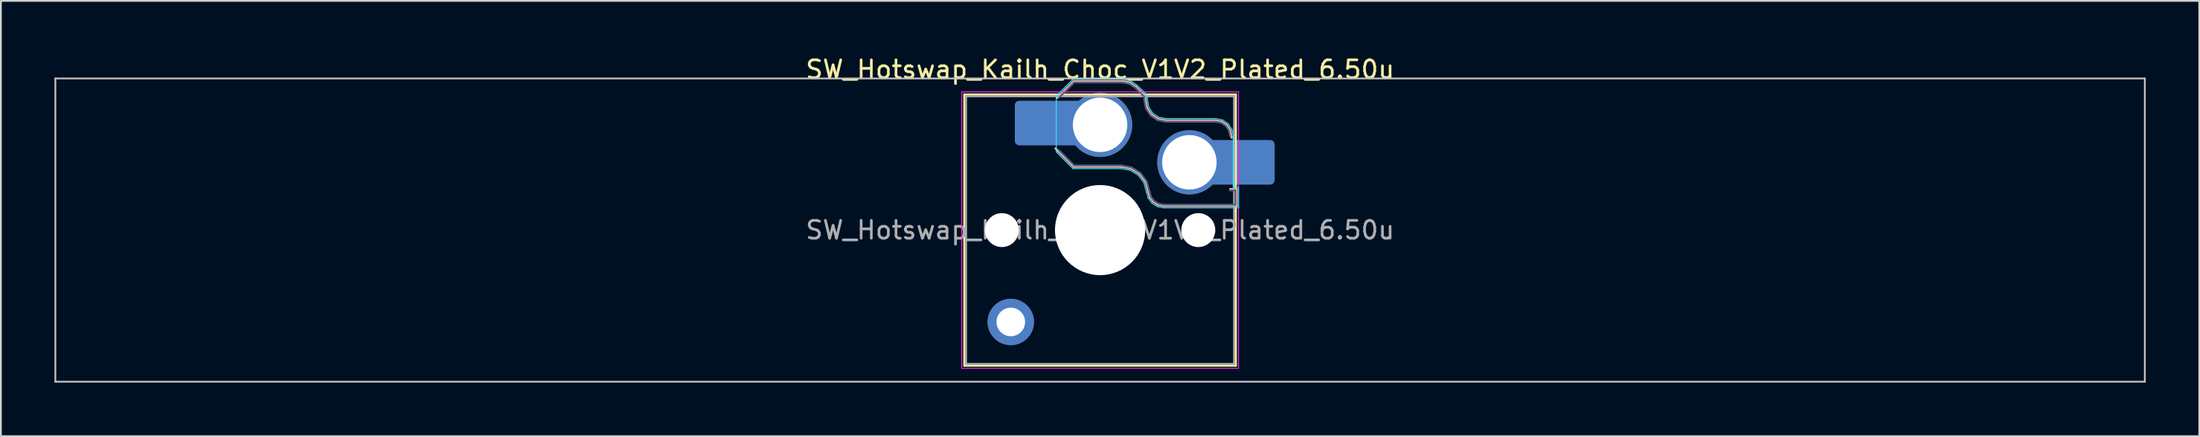
<source format=kicad_pcb>
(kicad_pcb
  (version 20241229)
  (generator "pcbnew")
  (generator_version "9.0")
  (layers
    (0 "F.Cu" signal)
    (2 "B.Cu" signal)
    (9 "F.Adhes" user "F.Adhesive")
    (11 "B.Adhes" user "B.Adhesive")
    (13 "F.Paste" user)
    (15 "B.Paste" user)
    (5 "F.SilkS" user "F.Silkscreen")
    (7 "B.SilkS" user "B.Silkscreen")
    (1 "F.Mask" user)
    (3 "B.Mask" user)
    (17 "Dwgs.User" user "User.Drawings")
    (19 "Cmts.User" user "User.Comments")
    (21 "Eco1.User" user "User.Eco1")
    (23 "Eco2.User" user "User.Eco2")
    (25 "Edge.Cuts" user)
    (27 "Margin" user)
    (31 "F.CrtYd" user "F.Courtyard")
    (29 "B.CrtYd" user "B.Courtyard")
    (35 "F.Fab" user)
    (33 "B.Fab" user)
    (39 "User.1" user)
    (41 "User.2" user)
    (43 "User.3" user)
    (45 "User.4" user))
  (footprint "SW_Hotswap_Kailh_Choc_V1V2_Plated_6.50u"
    (layer "F.Cu")
    (at 58.55 9.848)
    (property "Reference" "SW_Hotswap_Kailh_Choc_V1V2_Plated_6.50u" (at 0 -9 0) (layer "F.SilkS") (effects (font (size 1 1) (thickness 0.15))))
    (attr smd)
    (fp_line (start -7.6 -7.6) (end -7.6 7.6) (stroke (width 0.12) (type solid)) (layer "F.SilkS"))
    (fp_line (start -7.6 7.6) (end 7.6 7.6) (stroke (width 0.12) (type solid)) (layer "F.SilkS"))
    (fp_line (start 7.6 -7.6) (end -7.6 -7.6) (stroke (width 0.12) (type solid)) (layer "F.SilkS"))
    (fp_line (start 7.6 7.6) (end 7.6 -7.6) (stroke (width 0.12) (type solid)) (layer "F.SilkS"))
    (fp_line (start -2.416 -7.409) (end -1.479 -8.346) (stroke (width 0.12) (type solid)) (layer "B.SilkS"))
    (fp_line (start -1.479 -8.346) (end 1.268 -8.346) (stroke (width 0.12) (type solid)) (layer "B.SilkS"))
    (fp_line (start -1.479 -3.554) (end -2.5 -4.575) (stroke (width 0.12) (type solid)) (layer "B.SilkS"))
    (fp_line (start 1.168 -3.554) (end -1.479 -3.554) (stroke (width 0.12) (type solid)) (layer "B.SilkS"))
    (fp_line (start 1.268 -8.346) (end 1.671 -8.266) (stroke (width 0.12) (type solid)) (layer "B.SilkS"))
    (fp_line (start 1.671 -8.266) (end 2.013 -8.037) (stroke (width 0.12) (type solid)) (layer "B.SilkS"))
    (fp_line (start 1.73 -3.449) (end 1.168 -3.554) (stroke (width 0.12) (type solid)) (layer "B.SilkS"))
    (fp_line (start 2.013 -8.037) (end 2.546 -7.504) (stroke (width 0.12) (type solid)) (layer "B.SilkS"))
    (fp_line (start 2.209 -3.15) (end 1.73 -3.449) (stroke (width 0.12) (type solid)) (layer "B.SilkS"))
    (fp_line (start 2.546 -7.504) (end 2.546 -7.282) (stroke (width 0.12) (type solid)) (layer "B.SilkS"))
    (fp_line (start 2.546 -7.282) (end 2.633 -6.844) (stroke (width 0.12) (type solid)) (layer "B.SilkS"))
    (fp_line (start 2.547 -2.697) (end 2.209 -3.15) (stroke (width 0.12) (type solid)) (layer "B.SilkS"))
    (fp_line (start 2.633 -6.844) (end 2.877 -6.477) (stroke (width 0.12) (type solid)) (layer "B.SilkS"))
    (fp_line (start 2.701 -2.139) (end 2.547 -2.697) (stroke (width 0.12) (type solid)) (layer "B.SilkS"))
    (fp_line (start 2.783 -1.841) (end 2.701 -2.139) (stroke (width 0.12) (type solid)) (layer "B.SilkS"))
    (fp_line (start 2.877 -6.477) (end 3.244 -6.233) (stroke (width 0.12) (type solid)) (layer "B.SilkS"))
    (fp_line (start 2.976 -1.583) (end 2.783 -1.841) (stroke (width 0.12) (type solid)) (layer "B.SilkS"))
    (fp_line (start 3.244 -6.233) (end 3.682 -6.146) (stroke (width 0.12) (type solid)) (layer "B.SilkS"))
    (fp_line (start 3.25 -1.413) (end 2.976 -1.583) (stroke (width 0.12) (type solid)) (layer "B.SilkS"))
    (fp_line (start 3.56 -1.354) (end 3.25 -1.413) (stroke (width 0.12) (type solid)) (layer "B.SilkS"))
    (fp_line (start 3.682 -6.146) (end 6.482 -6.146) (stroke (width 0.12) (type solid)) (layer "B.SilkS"))
    (fp_line (start 6.482 -6.146) (end 6.809 -6.081) (stroke (width 0.12) (type solid)) (layer "B.SilkS"))
    (fp_line (start 6.809 -6.081) (end 7.092 -5.892) (stroke (width 0.12) (type solid)) (layer "B.SilkS"))
    (fp_line (start 7.092 -5.892) (end 7.281 -5.609) (stroke (width 0.12) (type solid)) (layer "B.SilkS"))
    (fp_line (start 7.281 -5.609) (end 7.366 -5.182) (stroke (width 0.12) (type solid)) (layer "B.SilkS"))
    (fp_line (start 7.283 -2.296) (end 7.646 -2.296) (stroke (width 0.12) (type solid)) (layer "B.SilkS"))
    (fp_line (start 7.646 -2.296) (end 7.646 -1.354) (stroke (width 0.12) (type solid)) (layer "B.SilkS"))
    (fp_line (start 7.646 -1.354) (end 3.56 -1.354) (stroke (width 0.12) (type solid)) (layer "B.SilkS"))
    (fp_line (start -58.5 -8.5) (end -58.5 8.5) (stroke (width 0.1) (type solid)) (layer "Dwgs.User"))
    (fp_line (start -58.5 8.5) (end 58.5 8.5) (stroke (width 0.1) (type solid)) (layer "Dwgs.User"))
    (fp_line (start 58.5 -8.5) (end -58.5 -8.5) (stroke (width 0.1) (type solid)) (layer "Dwgs.User"))
    (fp_line (start 58.5 8.5) (end 58.5 -8.5) (stroke (width 0.1) (type solid)) (layer "Dwgs.User"))
    (fp_line (start -7.25 -7.25) (end -7.25 7.25) (stroke (width 0.1) (type solid)) (layer "Eco1.User"))
    (fp_line (start -7.25 7.25) (end 7.25 7.25) (stroke (width 0.1) (type solid)) (layer "Eco1.User"))
    (fp_line (start 7.25 -7.25) (end -7.25 -7.25) (stroke (width 0.1) (type solid)) (layer "Eco1.User"))
    (fp_line (start 7.25 7.25) (end 7.25 -7.25) (stroke (width 0.1) (type solid)) (layer "Eco1.User"))
    (fp_line (start -2.452 -7.523) (end -1.523 -8.452) (stroke (width 0.05) (type solid)) (layer "B.CrtYd"))
    (fp_line (start -2.452 -4.377) (end -2.452 -7.523) (stroke (width 0.05) (type solid)) (layer "B.CrtYd"))
    (fp_line (start -1.523 -8.452) (end 1.278 -8.452) (stroke (width 0.05) (type solid)) (layer "B.CrtYd"))
    (fp_line (start -1.523 -3.448) (end -2.452 -4.377) (stroke (width 0.05) (type solid)) (layer "B.CrtYd"))
    (fp_line (start 1.159 -3.448) (end -1.523 -3.448) (stroke (width 0.05) (type solid)) (layer "B.CrtYd"))
    (fp_line (start 1.278 -8.452) (end 1.712 -8.366) (stroke (width 0.05) (type solid)) (layer "B.CrtYd"))
    (fp_line (start 1.691 -3.348) (end 1.159 -3.448) (stroke (width 0.05) (type solid)) (layer "B.CrtYd"))
    (fp_line (start 1.712 -8.366) (end 2.081 -8.119) (stroke (width 0.05) (type solid)) (layer "B.CrtYd"))
    (fp_line (start 2.081 -8.119) (end 2.652 -7.548) (stroke (width 0.05) (type solid)) (layer "B.CrtYd"))
    (fp_line (start 2.136 -3.071) (end 1.691 -3.348) (stroke (width 0.05) (type solid)) (layer "B.CrtYd"))
    (fp_line (start 2.45 -2.65) (end 2.136 -3.071) (stroke (width 0.05) (type solid)) (layer "B.CrtYd"))
    (fp_line (start 2.599 -2.111) (end 2.45 -2.65) (stroke (width 0.05) (type solid)) (layer "B.CrtYd"))
    (fp_line (start 2.652 -7.548) (end 2.652 -7.292) (stroke (width 0.05) (type solid)) (layer "B.CrtYd"))
    (fp_line (start 2.652 -7.292) (end 2.733 -6.885) (stroke (width 0.05) (type solid)) (layer "B.CrtYd"))
    (fp_line (start 2.687 -1.794) (end 2.599 -2.111) (stroke (width 0.05) (type solid)) (layer "B.CrtYd"))
    (fp_line (start 2.733 -6.885) (end 2.953 -6.553) (stroke (width 0.05) (type solid)) (layer "B.CrtYd"))
    (fp_line (start 2.903 -1.503) (end 2.687 -1.794) (stroke (width 0.05) (type solid)) (layer "B.CrtYd"))
    (fp_line (start 2.953 -6.553) (end 3.285 -6.333) (stroke (width 0.05) (type solid)) (layer "B.CrtYd"))
    (fp_line (start 3.211 -1.312) (end 2.903 -1.503) (stroke (width 0.05) (type solid)) (layer "B.CrtYd"))
    (fp_line (start 3.285 -6.333) (end 3.692 -6.252) (stroke (width 0.05) (type solid)) (layer "B.CrtYd"))
    (fp_line (start 3.55 -1.248) (end 3.211 -1.312) (stroke (width 0.05) (type solid)) (layer "B.CrtYd"))
    (fp_line (start 3.692 -6.252) (end 6.492 -6.252) (stroke (width 0.05) (type solid)) (layer "B.CrtYd"))
    (fp_line (start 6.492 -6.252) (end 6.85 -6.181) (stroke (width 0.05) (type solid)) (layer "B.CrtYd"))
    (fp_line (start 6.85 -6.181) (end 7.168 -5.968) (stroke (width 0.05) (type solid)) (layer "B.CrtYd"))
    (fp_line (start 7.168 -5.968) (end 7.381 -5.65) (stroke (width 0.05) (type solid)) (layer "B.CrtYd"))
    (fp_line (start 7.381 -5.65) (end 7.452 -5.292) (stroke (width 0.05) (type solid)) (layer "B.CrtYd"))
    (fp_line (start 7.452 -5.292) (end 7.452 -2.402) (stroke (width 0.05) (type solid)) (layer "B.CrtYd"))
    (fp_line (start 7.452 -2.402) (end 7.752 -2.402) (stroke (width 0.05) (type solid)) (layer "B.CrtYd"))
    (fp_line (start 7.752 -2.402) (end 7.752 -1.248) (stroke (width 0.05) (type solid)) (layer "B.CrtYd"))
    (fp_line (start 7.752 -1.248) (end 3.55 -1.248) (stroke (width 0.05) (type solid)) (layer "B.CrtYd"))
    (fp_line (start -7.75 -7.75) (end -7.75 7.75) (stroke (width 0.05) (type solid)) (layer "F.CrtYd"))
    (fp_line (start -7.75 7.75) (end 7.75 7.75) (stroke (width 0.05) (type solid)) (layer "F.CrtYd"))
    (fp_line (start 7.75 -7.75) (end -7.75 -7.75) (stroke (width 0.05) (type solid)) (layer "F.CrtYd"))
    (fp_line (start 7.75 7.75) (end 7.75 -7.75) (stroke (width 0.05) (type solid)) (layer "F.CrtYd"))
    (fp_line (start -2.275 -7.45) (end -1.45 -8.275) (stroke (width 0.1) (type solid)) (layer "B.Fab"))
    (fp_line (start -1.45 -8.275) (end 1.261 -8.275) (stroke (width 0.1) (type solid)) (layer "B.Fab"))
    (fp_line (start -1.45 -3.625) (end -2.275 -4.45) (stroke (width 0.1) (type solid)) (layer "B.Fab"))
    (fp_line (start 1.175 -3.625) (end -1.45 -3.625) (stroke (width 0.1) (type solid)) (layer "B.Fab"))
    (fp_line (start 1.261 -8.275) (end 1.643 -8.199) (stroke (width 0.1) (type solid)) (layer "B.Fab"))
    (fp_line (start 1.643 -8.199) (end 1.968 -7.982) (stroke (width 0.1) (type solid)) (layer "B.Fab"))
    (fp_line (start 1.756 -3.516) (end 1.175 -3.625) (stroke (width 0.1) (type solid)) (layer "B.Fab"))
    (fp_line (start 1.968 -7.982) (end 2.475 -7.475) (stroke (width 0.1) (type solid)) (layer "B.Fab"))
    (fp_line (start 2.258 -3.203) (end 1.756 -3.516) (stroke (width 0.1) (type solid)) (layer "B.Fab"))
    (fp_line (start 2.475 -7.475) (end 2.475 -7.275) (stroke (width 0.1) (type solid)) (layer "B.Fab"))
    (fp_line (start 2.475 -7.275) (end 2.566 -6.816) (stroke (width 0.1) (type solid)) (layer "B.Fab"))
    (fp_line (start 2.566 -6.816) (end 2.826 -6.426) (stroke (width 0.1) (type solid)) (layer "B.Fab"))
    (fp_line (start 2.612 -2.729) (end 2.258 -3.203) (stroke (width 0.1) (type solid)) (layer "B.Fab"))
    (fp_line (start 2.769 -2.158) (end 2.612 -2.729) (stroke (width 0.1) (type solid)) (layer "B.Fab"))
    (fp_line (start 2.826 -6.426) (end 3.216 -6.166) (stroke (width 0.1) (type solid)) (layer "B.Fab"))
    (fp_line (start 2.848 -1.873) (end 2.769 -2.158) (stroke (width 0.1) (type solid)) (layer "B.Fab"))
    (fp_line (start 3.025 -1.636) (end 2.848 -1.873) (stroke (width 0.1) (type solid)) (layer "B.Fab"))
    (fp_line (start 3.216 -6.166) (end 3.675 -6.075) (stroke (width 0.1) (type solid)) (layer "B.Fab"))
    (fp_line (start 3.276 -1.48) (end 3.025 -1.636) (stroke (width 0.1) (type solid)) (layer "B.Fab"))
    (fp_line (start 3.567 -1.425) (end 3.276 -1.48) (stroke (width 0.1) (type solid)) (layer "B.Fab"))
    (fp_line (start 3.675 -6.075) (end 6.475 -6.075) (stroke (width 0.1) (type solid)) (layer "B.Fab"))
    (fp_line (start 6.475 -6.075) (end 6.781 -6.014) (stroke (width 0.1) (type solid)) (layer "B.Fab"))
    (fp_line (start 6.781 -6.014) (end 7.041 -5.841) (stroke (width 0.1) (type solid)) (layer "B.Fab"))
    (fp_line (start 7.041 -5.841) (end 7.214 -5.581) (stroke (width 0.1) (type solid)) (layer "B.Fab"))
    (fp_line (start 7.214 -5.581) (end 7.275 -5.275) (stroke (width 0.1) (type solid)) (layer "B.Fab"))
    (fp_line (start 7.275 -2.225) (end 7.575 -2.225) (stroke (width 0.1) (type solid)) (layer "B.Fab"))
    (fp_line (start 7.575 -2.225) (end 7.575 -1.425) (stroke (width 0.1) (type solid)) (layer "B.Fab"))
    (fp_line (start 7.575 -1.425) (end 3.567 -1.425) (stroke (width 0.1) (type solid)) (layer "B.Fab"))
    (fp_line (start -7.5 -7.5) (end -7.5 7.5) (stroke (width 0.1) (type solid)) (layer "F.Fab"))
    (fp_line (start -7.5 7.5) (end 7.5 7.5) (stroke (width 0.1) (type solid)) (layer "F.Fab"))
    (fp_line (start 7.5 -7.5) (end -7.5 -7.5) (stroke (width 0.1) (type solid)) (layer "F.Fab"))
    (fp_line (start 7.5 7.5) (end 7.5 -7.5) (stroke (width 0.1) (type solid)) (layer "F.Fab"))
    (fp_text user "${REFERENCE}" (at 0 0 0) (layer "F.Fab") (effects (font (size 1 1) (thickness 0.15))))
    (pad "" np_thru_hole circle (at -5.5 0) (size 1.9 1.9) (drill 1.9) (layers "*.Cu" "*.Mask"))
    (pad "" smd circle (at -5 5.15) (size 1.65 1.65) (layers "F.Mask"))
    (pad "" thru_hole circle (at -5 5.15) (size 2.6 2.6) (drill 1.6) (layers "*.Cu" "B.Mask"))
    (pad "" smd roundrect (at -3.5 -6) (size 2.55 2.5) (layers "B.Mask" "B.Paste") (roundrect_rratio 0.1))
    (pad "" smd circle (at 0 -5.9) (size 3.1 3.1) (layers "F.Mask"))
    (pad "" np_thru_hole circle (at 0 0) (size 5.05 5.05) (drill 5.05) (layers "*.Cu" "*.Mask"))
    (pad "" smd circle (at 5 -3.8) (size 3.1 3.1) (layers "F.Mask"))
    (pad "" np_thru_hole circle (at 5.5 0) (size 1.9 1.9) (drill 1.9) (layers "*.Cu" "*.Mask"))
    (pad "" smd roundrect (at 8.5 -3.8) (size 2.55 2.5) (layers "B.Mask" "B.Paste") (roundrect_rratio 0.1))
    (pad "1" smd roundrect (at -2.85 -6) (size 3.85 2.5) (layers "B.Cu") (roundrect_rratio 0.1))
    (pad "1" thru_hole circle (at 0 -5.9) (size 3.6 3.6) (drill 3.05) (layers "*.Cu" "B.Mask"))
    (pad "2" thru_hole circle (at 5 -3.8) (size 3.6 3.6) (drill 3.05) (layers "*.Cu" "B.Mask"))
    (pad "2" smd roundrect (at 7.85 -3.8) (size 3.85 2.5) (layers "B.Cu") (roundrect_rratio 0.1)))
  (gr_rect
    (start -3 -3)
    (end 120.1 21.398)
    (stroke (width 0.1) (type default))
    (fill no)
    (layer "Edge.Cuts")))
</source>
